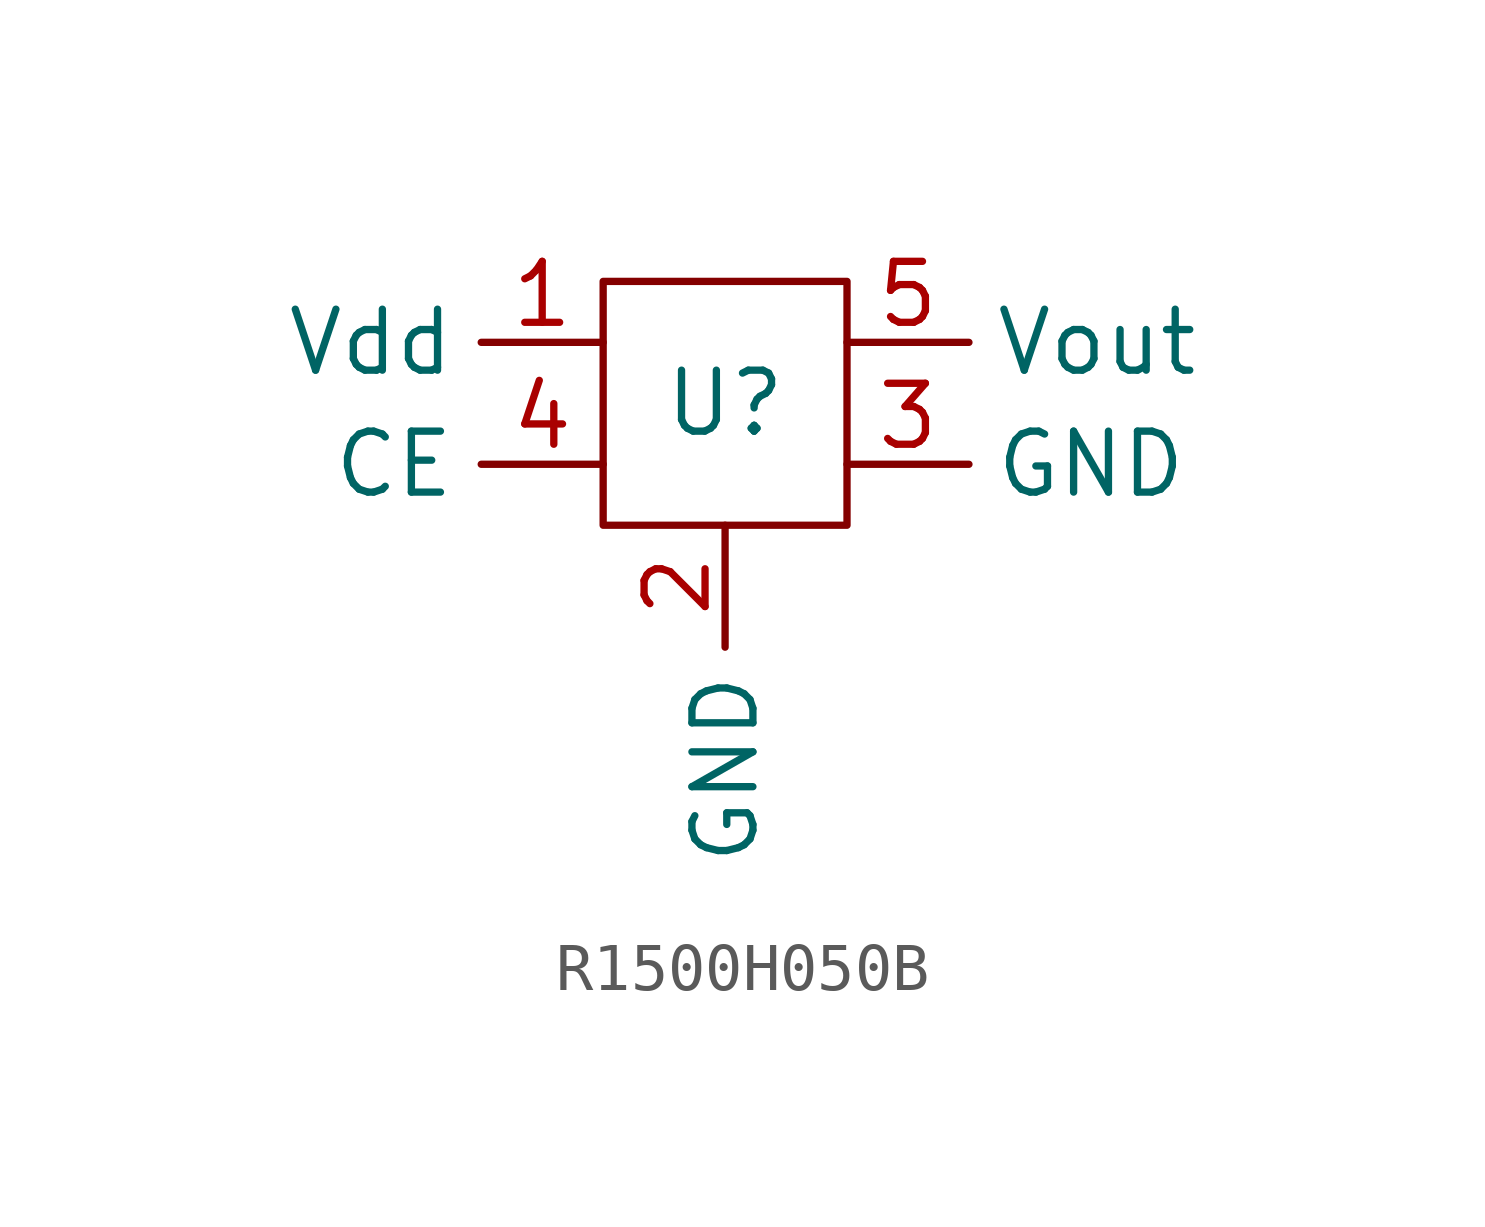
<source format=kicad_sym>
(kicad_symbol_lib
  (version 20220914)
  (generator kicad_symbol_editor)
  (symbol "R1500H050B"
    (property "Reference" "U"
      (at 0 0 0)
      (effects (font (size 1.27 1.27))))
    (property "Value" ""
      (at 0 0 0)
      (effects (font (size 1.27 1.27))))
    (symbol "R1500H050B_0_1"
      (rectangle (start -2.54 2.54) (end 2.54 -2.54) (stroke (width 0) (type default)) (fill (type none))))
    (symbol "R1500H050B_1_1"
      (pin input line (at -2.54 1.27 180) (length 2.54) (name "Vdd" (effects (font (size 1.27 1.27)))) (number "1" (effects (font (size 1.27 1.27)))))
      (pin input line (at 0 -2.54 270) (length 2.54) (name "GND" (effects (font (size 1.27 1.27)))) (number "2" (effects (font (size 1.27 1.27)))))
      (pin input line (at 2.54 -1.27 0) (length 2.54) (name "GND" (effects (font (size 1.27 1.27)))) (number "3" (effects (font (size 1.27 1.27)))))
      (pin input line (at -2.54 -1.27 180) (length 2.54) (name "CE" (effects (font (size 1.27 1.27)))) (number "4" (effects (font (size 1.27 1.27)))))
      (pin output line (at 2.54 1.27 0) (length 2.54) (name "Vout" (effects (font (size 1.27 1.27)))) (number "5" (effects (font (size 1.27 1.27))))))))
</source>
